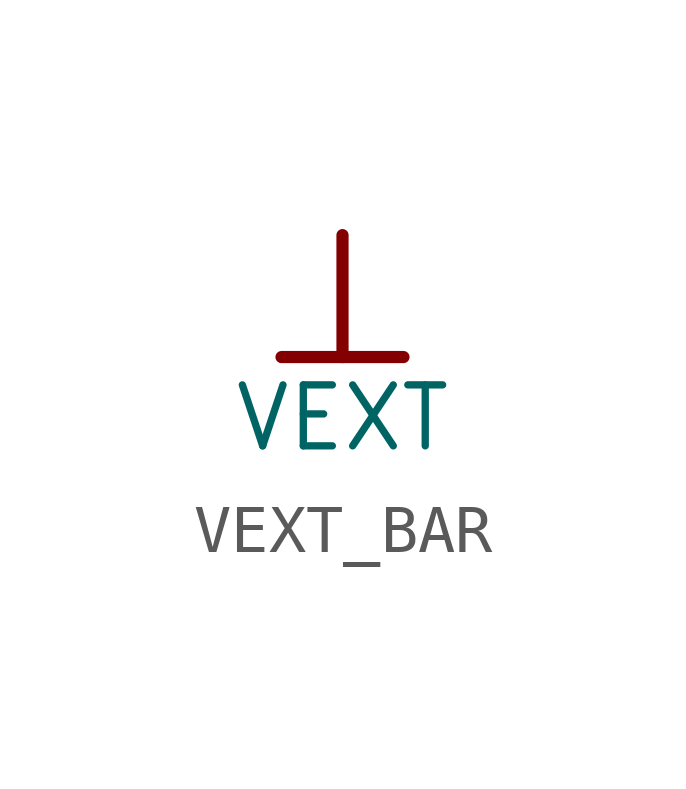
<source format=kicad_sym>
(kicad_symbol_lib
  (version 20241209)
  (generator "kicad_symbol_editor")
  (generator_version "9.0")
  (symbol "VEXT_BAR"
    (power)
    (property "Reference" "#PWR"
      (at 0 0 0)
      (effects (font (size 1.27 1.27)) (hide yes)))
    (property "Value" "VEXT"
      (at 0 -3.81 0)
      (effects (font (size 1.27 1.27))))
    (symbol "VEXT_BAR_0_0"
      (polyline (pts (xy -1.27 -2.54) (xy 1.27 -2.54)) (stroke (width 0.254) (type solid)) (fill (type none)))
      (polyline (pts (xy 0 0) (xy 0 -2.54)) (stroke (width 0.254) (type solid)) (fill (type none)))
      (pin power_in line (at 0 0 0) (length 0) (hide yes) (name "VEXT" (effects (font (size 1.27 1.27)))) (number "" (effects (font (size 1.27 1.27))))))))
</source>
